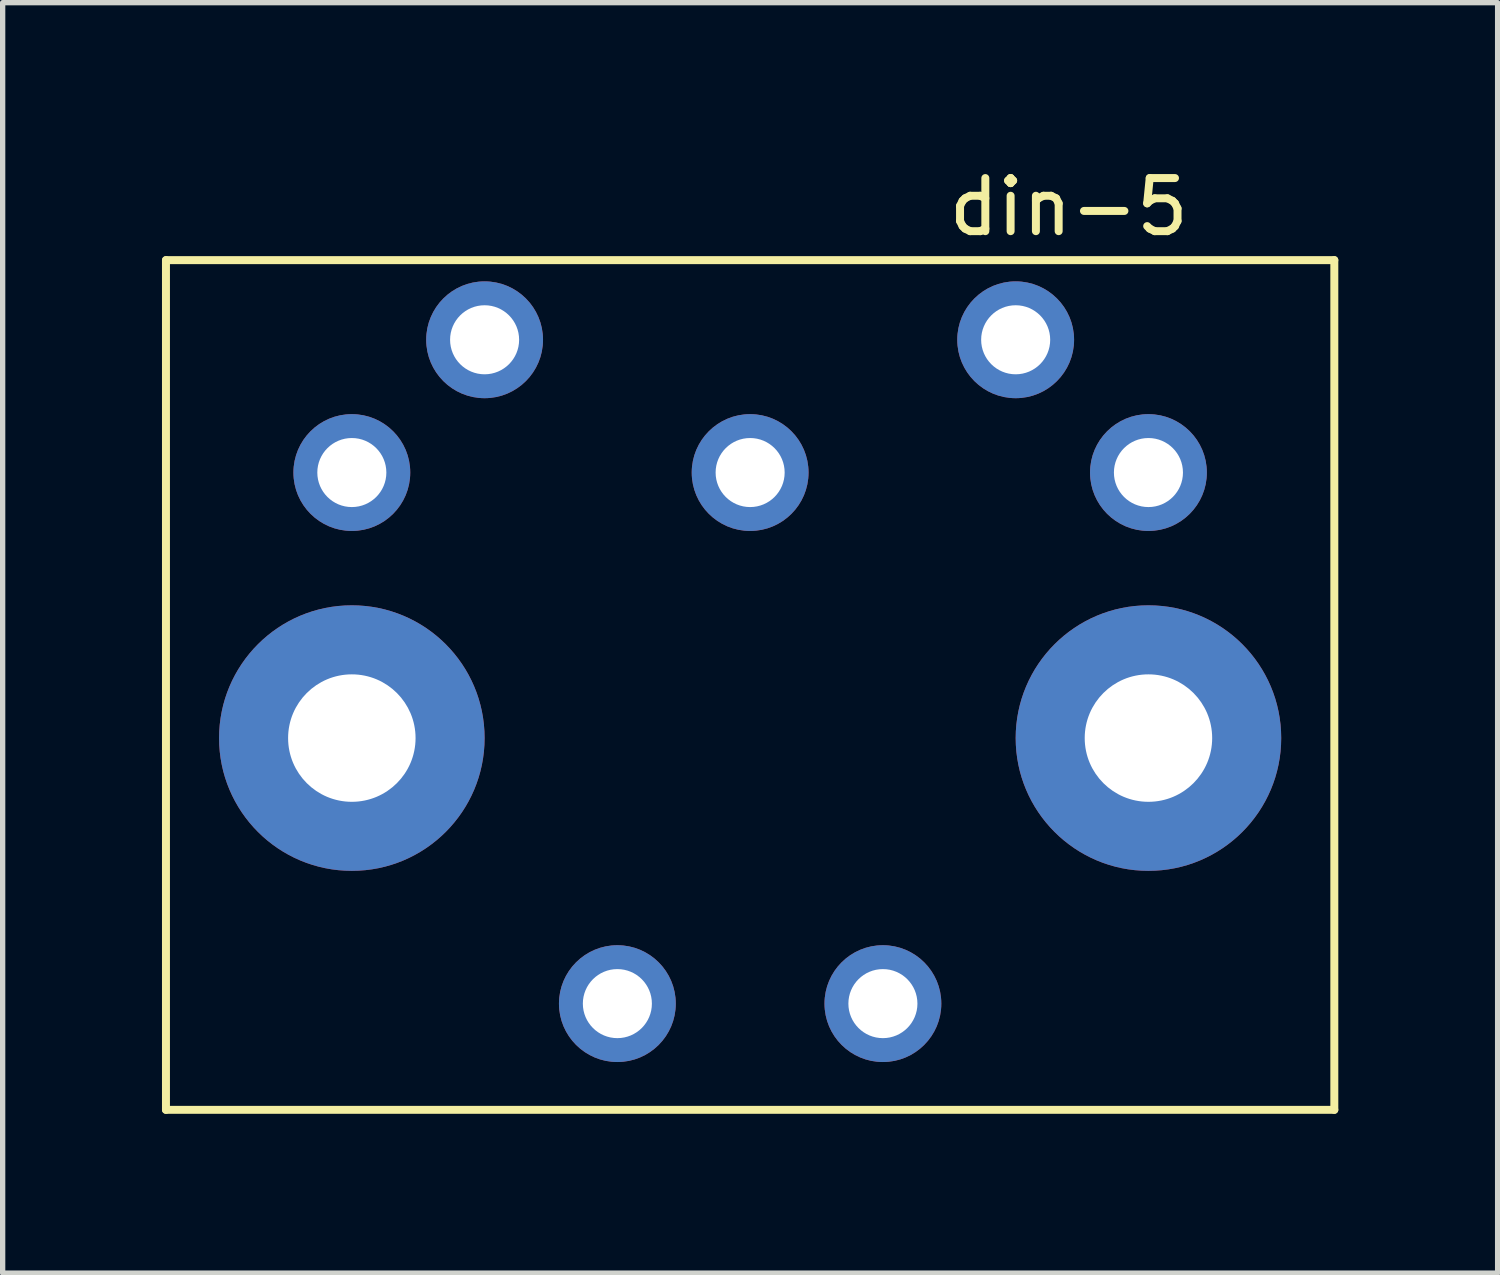
<source format=kicad_pcb>
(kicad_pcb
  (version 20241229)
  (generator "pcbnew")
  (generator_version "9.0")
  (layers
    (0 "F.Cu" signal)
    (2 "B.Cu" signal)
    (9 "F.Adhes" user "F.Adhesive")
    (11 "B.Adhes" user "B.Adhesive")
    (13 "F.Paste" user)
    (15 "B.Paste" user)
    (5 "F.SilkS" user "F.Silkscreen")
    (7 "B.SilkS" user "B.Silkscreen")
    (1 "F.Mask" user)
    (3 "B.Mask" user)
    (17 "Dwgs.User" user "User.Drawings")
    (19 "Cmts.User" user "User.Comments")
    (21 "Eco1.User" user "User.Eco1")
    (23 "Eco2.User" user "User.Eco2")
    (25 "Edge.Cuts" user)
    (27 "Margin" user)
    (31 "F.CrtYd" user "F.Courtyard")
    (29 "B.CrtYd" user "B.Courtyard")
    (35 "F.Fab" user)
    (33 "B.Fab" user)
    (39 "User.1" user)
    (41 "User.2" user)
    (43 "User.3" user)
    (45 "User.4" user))
  (footprint "din-5"
    (layer "F.Cu")
    (at 11.075 5.848)
    (property "Reference" "din-5" (at 6 -5 0) (layer "F.SilkS") (effects (font (size 1 1) (thickness 0.15))))
    (attr through_hole)
    (fp_line (start -11 -4) (end 11 -4) (stroke (width 0.15) (type solid)) (layer "F.SilkS"))
    (fp_line (start -11 12) (end -11 -4) (stroke (width 0.15) (type solid)) (layer "F.SilkS"))
    (fp_line (start 11 -4) (end 11 12) (stroke (width 0.15) (type solid)) (layer "F.SilkS"))
    (fp_line (start 11 12) (end -11 12) (stroke (width 0.15) (type solid)) (layer "F.SilkS"))
    (pad "" np_thru_hole circle (at -7.5 5) (size 5 5) (drill 2.4) (layers "*.Cu" "*.Mask"))
    (pad "" thru_hole circle (at -2.5 10) (size 2.2 2.2) (drill 1.3) (layers "*.Cu" "*.Mask"))
    (pad "" thru_hole circle (at 2.5 10) (size 2.2 2.2) (drill 1.3) (layers "*.Cu" "*.Mask"))
    (pad "" np_thru_hole circle (at 7.5 5) (size 5 5) (drill 2.4) (layers "*.Cu" "*.Mask"))
    (pad "1" thru_hole circle (at 7.5 0) (size 2.2 2.2) (drill 1.3) (layers "*.Cu" "*.Mask"))
    (pad "2" thru_hole circle (at 0 0) (size 2.2 2.2) (drill 1.3) (layers "*.Cu" "*.Mask"))
    (pad "3" thru_hole circle (at -7.5 0) (size 2.2 2.2) (drill 1.3) (layers "*.Cu" "*.Mask"))
    (pad "4" thru_hole circle (at 5 -2.5) (size 2.2 2.2) (drill 1.3) (layers "*.Cu" "*.Mask"))
    (pad "5" thru_hole circle (at -5 -2.5) (size 2.2 2.2) (drill 1.3) (layers "*.Cu" "*.Mask")))
  (gr_rect
    (start -3 -3)
    (end 25.15 20.923)
    (stroke (width 0.1) (type default))
    (fill no)
    (layer "Edge.Cuts")))
</source>
